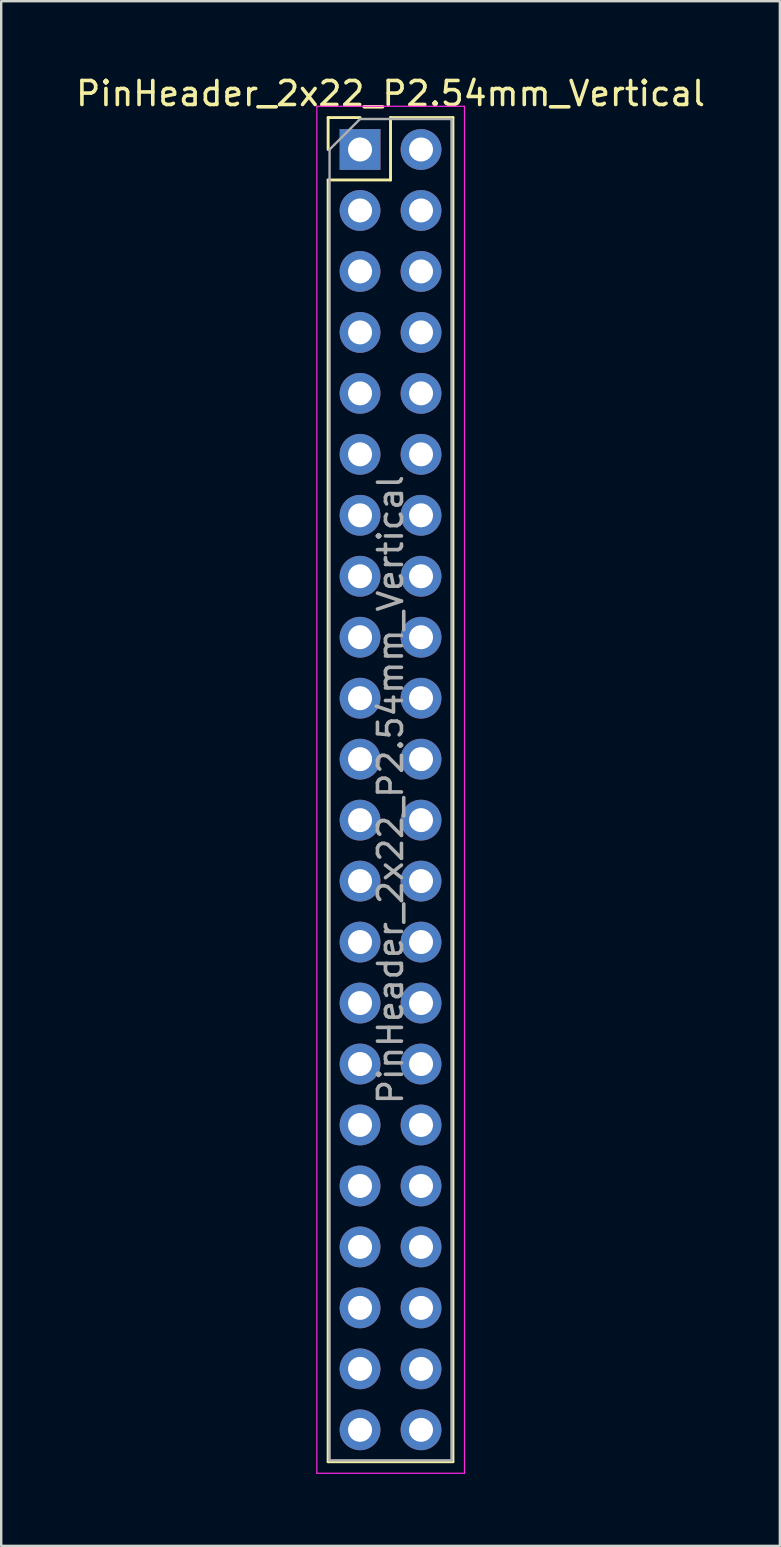
<source format=kicad_pcb>
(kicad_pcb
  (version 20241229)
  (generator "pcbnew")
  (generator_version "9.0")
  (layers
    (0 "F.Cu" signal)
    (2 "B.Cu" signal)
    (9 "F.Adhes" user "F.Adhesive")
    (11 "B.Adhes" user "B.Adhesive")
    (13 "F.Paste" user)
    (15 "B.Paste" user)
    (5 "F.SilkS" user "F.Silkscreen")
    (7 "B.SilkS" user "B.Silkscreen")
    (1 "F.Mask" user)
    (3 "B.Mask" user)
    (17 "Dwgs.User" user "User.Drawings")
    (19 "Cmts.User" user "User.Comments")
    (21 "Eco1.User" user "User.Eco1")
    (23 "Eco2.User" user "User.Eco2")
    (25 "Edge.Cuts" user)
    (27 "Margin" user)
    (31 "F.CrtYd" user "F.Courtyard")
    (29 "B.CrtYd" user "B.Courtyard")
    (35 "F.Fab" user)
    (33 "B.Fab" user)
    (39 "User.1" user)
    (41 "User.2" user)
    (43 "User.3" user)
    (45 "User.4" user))
  (footprint "PinHeader_2x22_P2.54mm_Vertical"
    (layer "F.Cu")
    (at 11.95 3.178)
    (property "Reference" "PinHeader_2x22_P2.54mm_Vertical" (at 1.27 -2.33 0) (layer "F.SilkS") (effects (font (size 1 1) (thickness 0.15))))
    (attr through_hole)
    (fp_line (start -1.33 -1.33) (end 0 -1.33) (stroke (width 0.12) (type solid)) (layer "F.SilkS"))
    (fp_line (start -1.33 0) (end -1.33 -1.33) (stroke (width 0.12) (type solid)) (layer "F.SilkS"))
    (fp_line (start -1.33 1.27) (end -1.33 54.67) (stroke (width 0.12) (type solid)) (layer "F.SilkS"))
    (fp_line (start -1.33 1.27) (end 1.27 1.27) (stroke (width 0.12) (type solid)) (layer "F.SilkS"))
    (fp_line (start -1.33 54.67) (end 3.87 54.67) (stroke (width 0.12) (type solid)) (layer "F.SilkS"))
    (fp_line (start 1.27 -1.33) (end 3.87 -1.33) (stroke (width 0.12) (type solid)) (layer "F.SilkS"))
    (fp_line (start 1.27 1.27) (end 1.27 -1.33) (stroke (width 0.12) (type solid)) (layer "F.SilkS"))
    (fp_line (start 3.87 -1.33) (end 3.87 54.67) (stroke (width 0.12) (type solid)) (layer "F.SilkS"))
    (fp_line (start -1.8 -1.8) (end -1.8 55.15) (stroke (width 0.05) (type solid)) (layer "F.CrtYd"))
    (fp_line (start -1.8 55.15) (end 4.35 55.15) (stroke (width 0.05) (type solid)) (layer "F.CrtYd"))
    (fp_line (start 4.35 -1.8) (end -1.8 -1.8) (stroke (width 0.05) (type solid)) (layer "F.CrtYd"))
    (fp_line (start 4.35 55.15) (end 4.35 -1.8) (stroke (width 0.05) (type solid)) (layer "F.CrtYd"))
    (fp_line (start -1.27 0) (end 0 -1.27) (stroke (width 0.1) (type solid)) (layer "F.Fab"))
    (fp_line (start -1.27 54.61) (end -1.27 0) (stroke (width 0.1) (type solid)) (layer "F.Fab"))
    (fp_line (start 0 -1.27) (end 3.81 -1.27) (stroke (width 0.1) (type solid)) (layer "F.Fab"))
    (fp_line (start 3.81 -1.27) (end 3.81 54.61) (stroke (width 0.1) (type solid)) (layer "F.Fab"))
    (fp_line (start 3.81 54.61) (end -1.27 54.61) (stroke (width 0.1) (type solid)) (layer "F.Fab"))
    (fp_text user "${REFERENCE}" (at 1.27 26.67 90) (layer "F.Fab") (effects (font (size 1 1) (thickness 0.15))))
    (pad "1" thru_hole rect (at 0 0) (size 1.7 1.7) (drill 1) (layers "*.Cu" "*.Mask"))
    (pad "2" thru_hole oval (at 2.54 0) (size 1.7 1.7) (drill 1) (layers "*.Cu" "*.Mask"))
    (pad "3" thru_hole oval (at 0 2.54) (size 1.7 1.7) (drill 1) (layers "*.Cu" "*.Mask"))
    (pad "4" thru_hole oval (at 2.54 2.54) (size 1.7 1.7) (drill 1) (layers "*.Cu" "*.Mask"))
    (pad "5" thru_hole oval (at 0 5.08) (size 1.7 1.7) (drill 1) (layers "*.Cu" "*.Mask"))
    (pad "6" thru_hole oval (at 2.54 5.08) (size 1.7 1.7) (drill 1) (layers "*.Cu" "*.Mask"))
    (pad "7" thru_hole oval (at 0 7.62) (size 1.7 1.7) (drill 1) (layers "*.Cu" "*.Mask"))
    (pad "8" thru_hole oval (at 2.54 7.62) (size 1.7 1.7) (drill 1) (layers "*.Cu" "*.Mask"))
    (pad "9" thru_hole oval (at 0 10.16) (size 1.7 1.7) (drill 1) (layers "*.Cu" "*.Mask"))
    (pad "10" thru_hole oval (at 2.54 10.16) (size 1.7 1.7) (drill 1) (layers "*.Cu" "*.Mask"))
    (pad "11" thru_hole oval (at 0 12.7) (size 1.7 1.7) (drill 1) (layers "*.Cu" "*.Mask"))
    (pad "12" thru_hole oval (at 2.54 12.7) (size 1.7 1.7) (drill 1) (layers "*.Cu" "*.Mask"))
    (pad "13" thru_hole oval (at 0 15.24) (size 1.7 1.7) (drill 1) (layers "*.Cu" "*.Mask"))
    (pad "14" thru_hole oval (at 2.54 15.24) (size 1.7 1.7) (drill 1) (layers "*.Cu" "*.Mask"))
    (pad "15" thru_hole oval (at 0 17.78) (size 1.7 1.7) (drill 1) (layers "*.Cu" "*.Mask"))
    (pad "16" thru_hole oval (at 2.54 17.78) (size 1.7 1.7) (drill 1) (layers "*.Cu" "*.Mask"))
    (pad "17" thru_hole oval (at 0 20.32) (size 1.7 1.7) (drill 1) (layers "*.Cu" "*.Mask"))
    (pad "18" thru_hole oval (at 2.54 20.32) (size 1.7 1.7) (drill 1) (layers "*.Cu" "*.Mask"))
    (pad "19" thru_hole oval (at 0 22.86) (size 1.7 1.7) (drill 1) (layers "*.Cu" "*.Mask"))
    (pad "20" thru_hole oval (at 2.54 22.86) (size 1.7 1.7) (drill 1) (layers "*.Cu" "*.Mask"))
    (pad "21" thru_hole oval (at 0 25.4) (size 1.7 1.7) (drill 1) (layers "*.Cu" "*.Mask"))
    (pad "22" thru_hole oval (at 2.54 25.4) (size 1.7 1.7) (drill 1) (layers "*.Cu" "*.Mask"))
    (pad "23" thru_hole oval (at 0 27.94) (size 1.7 1.7) (drill 1) (layers "*.Cu" "*.Mask"))
    (pad "24" thru_hole oval (at 2.54 27.94) (size 1.7 1.7) (drill 1) (layers "*.Cu" "*.Mask"))
    (pad "25" thru_hole oval (at 0 30.48) (size 1.7 1.7) (drill 1) (layers "*.Cu" "*.Mask"))
    (pad "26" thru_hole oval (at 2.54 30.48) (size 1.7 1.7) (drill 1) (layers "*.Cu" "*.Mask"))
    (pad "27" thru_hole oval (at 0 33.02) (size 1.7 1.7) (drill 1) (layers "*.Cu" "*.Mask"))
    (pad "28" thru_hole oval (at 2.54 33.02) (size 1.7 1.7) (drill 1) (layers "*.Cu" "*.Mask"))
    (pad "29" thru_hole oval (at 0 35.56) (size 1.7 1.7) (drill 1) (layers "*.Cu" "*.Mask"))
    (pad "30" thru_hole oval (at 2.54 35.56) (size 1.7 1.7) (drill 1) (layers "*.Cu" "*.Mask"))
    (pad "31" thru_hole oval (at 0 38.1) (size 1.7 1.7) (drill 1) (layers "*.Cu" "*.Mask"))
    (pad "32" thru_hole oval (at 2.54 38.1) (size 1.7 1.7) (drill 1) (layers "*.Cu" "*.Mask"))
    (pad "33" thru_hole oval (at 0 40.64) (size 1.7 1.7) (drill 1) (layers "*.Cu" "*.Mask"))
    (pad "34" thru_hole oval (at 2.54 40.64) (size 1.7 1.7) (drill 1) (layers "*.Cu" "*.Mask"))
    (pad "35" thru_hole oval (at 0 43.18) (size 1.7 1.7) (drill 1) (layers "*.Cu" "*.Mask"))
    (pad "36" thru_hole oval (at 2.54 43.18) (size 1.7 1.7) (drill 1) (layers "*.Cu" "*.Mask"))
    (pad "37" thru_hole oval (at 0 45.72) (size 1.7 1.7) (drill 1) (layers "*.Cu" "*.Mask"))
    (pad "38" thru_hole oval (at 2.54 45.72) (size 1.7 1.7) (drill 1) (layers "*.Cu" "*.Mask"))
    (pad "39" thru_hole oval (at 0 48.26) (size 1.7 1.7) (drill 1) (layers "*.Cu" "*.Mask"))
    (pad "40" thru_hole oval (at 2.54 48.26) (size 1.7 1.7) (drill 1) (layers "*.Cu" "*.Mask"))
    (pad "41" thru_hole oval (at 0 50.8) (size 1.7 1.7) (drill 1) (layers "*.Cu" "*.Mask"))
    (pad "42" thru_hole oval (at 2.54 50.8) (size 1.7 1.7) (drill 1) (layers "*.Cu" "*.Mask"))
    (pad "43" thru_hole oval (at 0 53.34) (size 1.7 1.7) (drill 1) (layers "*.Cu" "*.Mask"))
    (pad "44" thru_hole oval (at 2.54 53.34) (size 1.7 1.7) (drill 1) (layers "*.Cu" "*.Mask")))
  (gr_rect
    (start -3 -3)
    (end 29.44 61.353)
    (stroke (width 0.1) (type default))
    (fill no)
    (layer "Edge.Cuts")))
</source>
